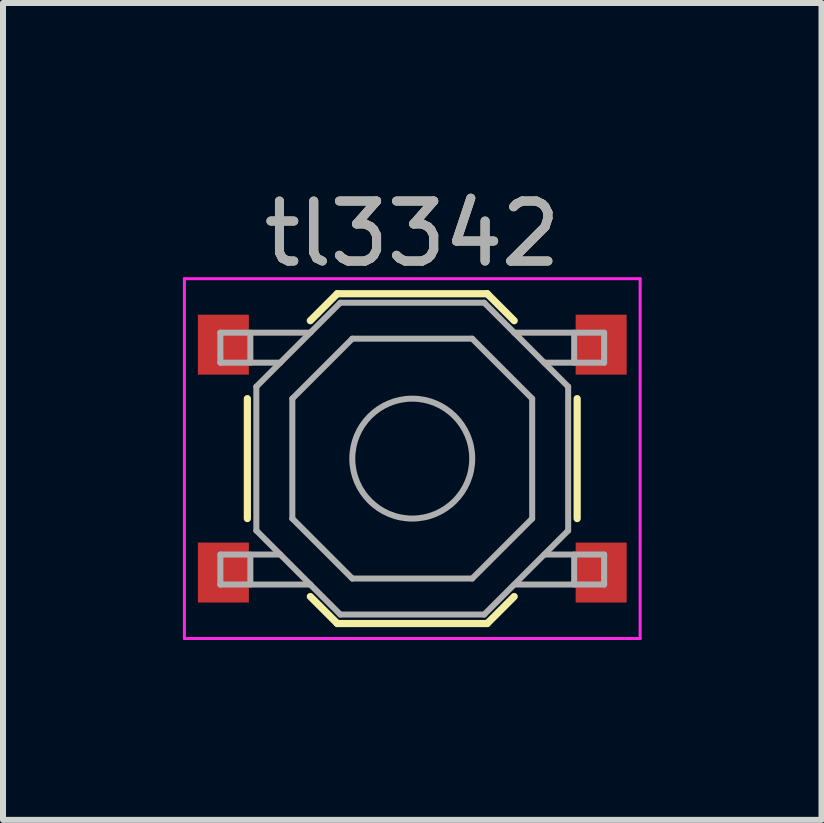
<source format=kicad_pcb>
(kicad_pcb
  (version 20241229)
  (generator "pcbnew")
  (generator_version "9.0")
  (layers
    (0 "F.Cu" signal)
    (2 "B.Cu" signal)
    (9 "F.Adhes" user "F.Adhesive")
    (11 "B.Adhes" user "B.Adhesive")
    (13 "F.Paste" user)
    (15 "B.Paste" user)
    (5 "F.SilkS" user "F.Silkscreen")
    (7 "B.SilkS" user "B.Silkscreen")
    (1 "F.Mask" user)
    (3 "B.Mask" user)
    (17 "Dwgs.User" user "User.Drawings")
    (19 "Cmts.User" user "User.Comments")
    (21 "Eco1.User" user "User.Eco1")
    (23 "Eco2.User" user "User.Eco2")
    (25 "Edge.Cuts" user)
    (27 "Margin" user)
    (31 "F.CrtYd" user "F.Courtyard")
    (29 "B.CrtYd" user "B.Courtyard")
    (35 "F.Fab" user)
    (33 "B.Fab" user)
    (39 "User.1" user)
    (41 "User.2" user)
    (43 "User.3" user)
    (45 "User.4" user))
  (footprint "tl3342"
    (layer "F.Cu")
    (at 3.825 4.598)
    (property "Reference" "tl3342" (at 0 -3.75 0) (layer "F.SilkS") (effects (font (size 1 1) (thickness 0.15))))
    (attr smd)
    (fp_line (start -2.75 -1) (end -2.75 1) (stroke (width 0.12) (type solid)) (layer "F.SilkS"))
    (fp_line (start -1.7 -2.3) (end -1.25 -2.75) (stroke (width 0.12) (type solid)) (layer "F.SilkS"))
    (fp_line (start -1.7 2.3) (end -1.25 2.75) (stroke (width 0.12) (type solid)) (layer "F.SilkS"))
    (fp_line (start -1.25 -2.75) (end 1.25 -2.75) (stroke (width 0.12) (type solid)) (layer "F.SilkS"))
    (fp_line (start -1.25 2.75) (end 1.25 2.75) (stroke (width 0.12) (type solid)) (layer "F.SilkS"))
    (fp_line (start 1.7 -2.3) (end 1.25 -2.75) (stroke (width 0.12) (type solid)) (layer "F.SilkS"))
    (fp_line (start 1.7 2.3) (end 1.25 2.75) (stroke (width 0.12) (type solid)) (layer "F.SilkS"))
    (fp_line (start 2.75 -1) (end 2.75 1) (stroke (width 0.12) (type solid)) (layer "F.SilkS"))
    (fp_line (start -3.8 -3) (end 3.8 -3) (stroke (width 0.05) (type solid)) (layer "F.CrtYd"))
    (fp_line (start -3.8 3) (end -3.8 -3) (stroke (width 0.05) (type solid)) (layer "F.CrtYd"))
    (fp_line (start 3.8 -3) (end 3.8 3) (stroke (width 0.05) (type solid)) (layer "F.CrtYd"))
    (fp_line (start 3.8 3) (end -3.8 3) (stroke (width 0.05) (type solid)) (layer "F.CrtYd"))
    (fp_line (start -3.2 -2.1) (end -3.2 -1.6) (stroke (width 0.1) (type solid)) (layer "F.Fab"))
    (fp_line (start -3.2 -1.6) (end -2.2 -1.6) (stroke (width 0.1) (type solid)) (layer "F.Fab"))
    (fp_line (start -3.2 1.6) (end -2.2 1.6) (stroke (width 0.1) (type solid)) (layer "F.Fab"))
    (fp_line (start -3.2 2.1) (end -3.2 1.6) (stroke (width 0.1) (type solid)) (layer "F.Fab"))
    (fp_line (start -2.7 -2.1) (end -2.7 -1.6) (stroke (width 0.1) (type solid)) (layer "F.Fab"))
    (fp_line (start -2.7 2.1) (end -2.7 1.6) (stroke (width 0.1) (type solid)) (layer "F.Fab"))
    (fp_line (start -2.6 -1.2) (end -2.6 1.2) (stroke (width 0.1) (type solid)) (layer "F.Fab"))
    (fp_line (start -2.6 1.2) (end -1.2 2.6) (stroke (width 0.1) (type solid)) (layer "F.Fab"))
    (fp_line (start -2 -1) (end -1 -2) (stroke (width 0.1) (type solid)) (layer "F.Fab"))
    (fp_line (start -2 1) (end -2 -1) (stroke (width 0.1) (type solid)) (layer "F.Fab"))
    (fp_line (start -1.7 -2.1) (end -3.2 -2.1) (stroke (width 0.1) (type solid)) (layer "F.Fab"))
    (fp_line (start -1.7 2.1) (end -3.2 2.1) (stroke (width 0.1) (type solid)) (layer "F.Fab"))
    (fp_line (start -1.2 -2.6) (end -2.6 -1.2) (stroke (width 0.1) (type solid)) (layer "F.Fab"))
    (fp_line (start -1.2 2.6) (end 1.2 2.6) (stroke (width 0.1) (type solid)) (layer "F.Fab"))
    (fp_line (start -1 -2) (end 1 -2) (stroke (width 0.1) (type solid)) (layer "F.Fab"))
    (fp_line (start -1 2) (end -2 1) (stroke (width 0.1) (type solid)) (layer "F.Fab"))
    (fp_line (start 1 -2) (end 2 -1) (stroke (width 0.1) (type solid)) (layer "F.Fab"))
    (fp_line (start 1 2) (end -1 2) (stroke (width 0.1) (type solid)) (layer "F.Fab"))
    (fp_line (start 1.2 -2.6) (end -1.2 -2.6) (stroke (width 0.1) (type solid)) (layer "F.Fab"))
    (fp_line (start 1.2 2.6) (end 2.6 1.2) (stroke (width 0.1) (type solid)) (layer "F.Fab"))
    (fp_line (start 1.7 -2.1) (end 3.2 -2.1) (stroke (width 0.1) (type solid)) (layer "F.Fab"))
    (fp_line (start 1.7 2.1) (end 3.2 2.1) (stroke (width 0.1) (type solid)) (layer "F.Fab"))
    (fp_line (start 2 -1) (end 2 1) (stroke (width 0.1) (type solid)) (layer "F.Fab"))
    (fp_line (start 2 1) (end 1 2) (stroke (width 0.1) (type solid)) (layer "F.Fab"))
    (fp_line (start 2.6 -1.2) (end 1.2 -2.6) (stroke (width 0.1) (type solid)) (layer "F.Fab"))
    (fp_line (start 2.6 1.2) (end 2.6 -1.2) (stroke (width 0.1) (type solid)) (layer "F.Fab"))
    (fp_line (start 2.7 -2.1) (end 2.7 -1.6) (stroke (width 0.1) (type solid)) (layer "F.Fab"))
    (fp_line (start 2.7 2.1) (end 2.7 1.6) (stroke (width 0.1) (type solid)) (layer "F.Fab"))
    (fp_line (start 3.2 -2.1) (end 3.2 -1.6) (stroke (width 0.1) (type solid)) (layer "F.Fab"))
    (fp_line (start 3.2 -1.6) (end 2.2 -1.6) (stroke (width 0.1) (type solid)) (layer "F.Fab"))
    (fp_line (start 3.2 1.6) (end 2.2 1.6) (stroke (width 0.1) (type solid)) (layer "F.Fab"))
    (fp_line (start 3.2 2.1) (end 3.2 1.6) (stroke (width 0.1) (type solid)) (layer "F.Fab"))
    (fp_circle (center 0 0) (end 1 0) (stroke (width 0.1) (type solid)) (fill no) (layer "F.Fab"))
    (fp_text user "${REFERENCE}" (at 0 -3.75 0) (layer "F.Fab") (effects (font (size 1 1) (thickness 0.15))))
    (pad "1" smd rect (at -3.15 -1.9) (size 0.85 1) (layers "F.Cu" "F.Mask" "F.Paste"))
    (pad "1" smd rect (at 3.15 -1.9) (size 0.85 1) (layers "F.Cu" "F.Mask" "F.Paste"))
    (pad "2" smd rect (at -3.15 1.9) (size 0.85 1) (layers "F.Cu" "F.Mask" "F.Paste"))
    (pad "2" smd rect (at 3.15 1.9) (size 0.85 1) (layers "F.Cu" "F.Mask" "F.Paste")))
  (gr_rect
    (start -3 -3)
    (end 10.65 10.623)
    (stroke (width 0.1) (type default))
    (fill no)
    (layer "Edge.Cuts")))
</source>
